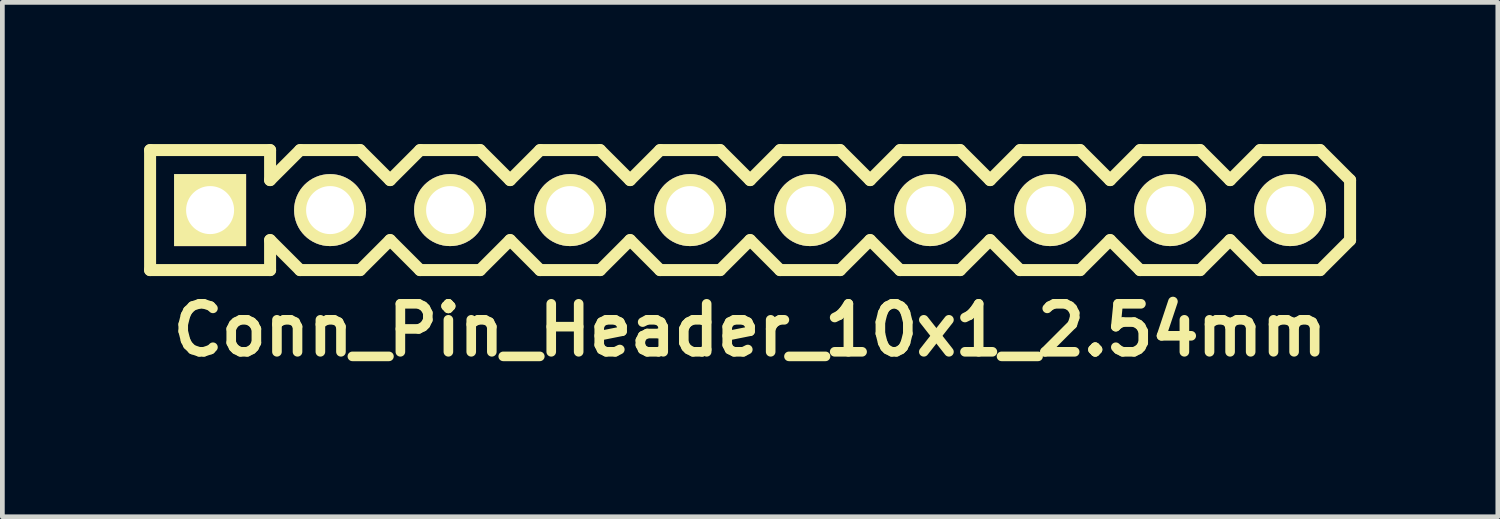
<source format=kicad_pcb>
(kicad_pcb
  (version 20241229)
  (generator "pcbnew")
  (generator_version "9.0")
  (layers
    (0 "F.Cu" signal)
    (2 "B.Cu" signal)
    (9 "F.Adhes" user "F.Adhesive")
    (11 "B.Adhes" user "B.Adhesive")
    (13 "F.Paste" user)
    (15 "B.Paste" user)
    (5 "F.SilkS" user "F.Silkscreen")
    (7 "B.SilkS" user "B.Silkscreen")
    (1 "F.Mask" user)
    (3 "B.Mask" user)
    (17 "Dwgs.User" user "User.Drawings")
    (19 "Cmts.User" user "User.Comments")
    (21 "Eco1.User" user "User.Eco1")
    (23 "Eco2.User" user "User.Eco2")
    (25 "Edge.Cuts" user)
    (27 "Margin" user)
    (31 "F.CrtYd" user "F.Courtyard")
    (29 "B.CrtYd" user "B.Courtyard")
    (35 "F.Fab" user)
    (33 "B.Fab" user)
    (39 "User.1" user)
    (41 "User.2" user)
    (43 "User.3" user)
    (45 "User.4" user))
  (footprint "Conn_Pin_Header_10x1_2.54mm"
    (layer "F.Cu")
    (at 12.827 1.397)
    (property "Reference" "Conn_Pin_Header_10x1_2.54mm" (at 0 2.54 0) (layer "F.SilkS") (effects (font (size 1.016 1.016) (thickness 0.203))))
    (attr through_hole)
    (fp_line (start -12.7 -1.27) (end -10.16 -1.27) (stroke (width 0.254) (type solid)) (layer "F.SilkS"))
    (fp_line (start -12.7 1.27) (end -12.7 -1.27) (stroke (width 0.254) (type solid)) (layer "F.SilkS"))
    (fp_line (start -10.16 -0.635) (end -10.16 -1.27) (stroke (width 0.254) (type solid)) (layer "F.SilkS"))
    (fp_line (start -10.16 -0.635) (end -9.525 -1.27) (stroke (width 0.254) (type solid)) (layer "F.SilkS"))
    (fp_line (start -10.16 1.27) (end -12.7 1.27) (stroke (width 0.254) (type solid)) (layer "F.SilkS"))
    (fp_line (start -10.16 1.27) (end -10.16 0.635) (stroke (width 0.254) (type solid)) (layer "F.SilkS"))
    (fp_line (start -9.525 -1.27) (end -8.255 -1.27) (stroke (width 0.254) (type solid)) (layer "F.SilkS"))
    (fp_line (start -9.525 1.27) (end -10.16 0.635) (stroke (width 0.254) (type solid)) (layer "F.SilkS"))
    (fp_line (start -8.255 -1.27) (end -7.62 -0.635) (stroke (width 0.254) (type solid)) (layer "F.SilkS"))
    (fp_line (start -8.255 1.27) (end -9.525 1.27) (stroke (width 0.254) (type solid)) (layer "F.SilkS"))
    (fp_line (start -7.62 -0.635) (end -6.985 -1.27) (stroke (width 0.254) (type solid)) (layer "F.SilkS"))
    (fp_line (start -7.62 0.635) (end -8.255 1.27) (stroke (width 0.254) (type solid)) (layer "F.SilkS"))
    (fp_line (start -6.985 -1.27) (end -5.715 -1.27) (stroke (width 0.254) (type solid)) (layer "F.SilkS"))
    (fp_line (start -6.985 1.27) (end -7.62 0.635) (stroke (width 0.254) (type solid)) (layer "F.SilkS"))
    (fp_line (start -5.715 -1.27) (end -5.08 -0.635) (stroke (width 0.254) (type solid)) (layer "F.SilkS"))
    (fp_line (start -5.715 1.27) (end -6.985 1.27) (stroke (width 0.254) (type solid)) (layer "F.SilkS"))
    (fp_line (start -5.08 -0.635) (end -4.445 -1.27) (stroke (width 0.254) (type solid)) (layer "F.SilkS"))
    (fp_line (start -5.08 0.635) (end -5.715 1.27) (stroke (width 0.254) (type solid)) (layer "F.SilkS"))
    (fp_line (start -4.445 -1.27) (end -3.175 -1.27) (stroke (width 0.254) (type solid)) (layer "F.SilkS"))
    (fp_line (start -4.445 1.27) (end -5.08 0.635) (stroke (width 0.254) (type solid)) (layer "F.SilkS"))
    (fp_line (start -3.175 -1.27) (end -2.54 -0.635) (stroke (width 0.254) (type solid)) (layer "F.SilkS"))
    (fp_line (start -3.175 1.27) (end -4.445 1.27) (stroke (width 0.254) (type solid)) (layer "F.SilkS"))
    (fp_line (start -2.54 -0.635) (end -1.905 -1.27) (stroke (width 0.254) (type solid)) (layer "F.SilkS"))
    (fp_line (start -2.54 0.635) (end -3.175 1.27) (stroke (width 0.254) (type solid)) (layer "F.SilkS"))
    (fp_line (start -1.905 -1.27) (end -0.635 -1.27) (stroke (width 0.254) (type solid)) (layer "F.SilkS"))
    (fp_line (start -1.905 1.27) (end -2.54 0.635) (stroke (width 0.254) (type solid)) (layer "F.SilkS"))
    (fp_line (start -0.635 -1.27) (end 0 -0.635) (stroke (width 0.254) (type solid)) (layer "F.SilkS"))
    (fp_line (start -0.635 1.27) (end -1.905 1.27) (stroke (width 0.254) (type solid)) (layer "F.SilkS"))
    (fp_line (start 0 -0.635) (end 0.635 -1.27) (stroke (width 0.254) (type solid)) (layer "F.SilkS"))
    (fp_line (start 0 0.635) (end -0.635 1.27) (stroke (width 0.254) (type solid)) (layer "F.SilkS"))
    (fp_line (start 0 0.635) (end 0.635 1.27) (stroke (width 0.254) (type solid)) (layer "F.SilkS"))
    (fp_line (start 0.635 -1.27) (end 1.905 -1.27) (stroke (width 0.254) (type solid)) (layer "F.SilkS"))
    (fp_line (start 0.635 1.27) (end 1.905 1.27) (stroke (width 0.254) (type solid)) (layer "F.SilkS"))
    (fp_line (start 1.905 -1.27) (end 2.54 -0.635) (stroke (width 0.254) (type solid)) (layer "F.SilkS"))
    (fp_line (start 1.905 1.27) (end 2.54 0.635) (stroke (width 0.254) (type solid)) (layer "F.SilkS"))
    (fp_line (start 2.54 -0.635) (end 3.175 -1.27) (stroke (width 0.254) (type solid)) (layer "F.SilkS"))
    (fp_line (start 3.175 -1.27) (end 4.445 -1.27) (stroke (width 0.254) (type solid)) (layer "F.SilkS"))
    (fp_line (start 3.175 1.27) (end 2.54 0.635) (stroke (width 0.254) (type solid)) (layer "F.SilkS"))
    (fp_line (start 4.445 -1.27) (end 5.08 -0.635) (stroke (width 0.254) (type solid)) (layer "F.SilkS"))
    (fp_line (start 4.445 1.27) (end 3.175 1.27) (stroke (width 0.254) (type solid)) (layer "F.SilkS"))
    (fp_line (start 5.08 -0.635) (end 5.715 -1.27) (stroke (width 0.254) (type solid)) (layer "F.SilkS"))
    (fp_line (start 5.08 0.635) (end 4.445 1.27) (stroke (width 0.254) (type solid)) (layer "F.SilkS"))
    (fp_line (start 5.08 0.635) (end 5.715 1.27) (stroke (width 0.254) (type solid)) (layer "F.SilkS"))
    (fp_line (start 5.715 -1.27) (end 6.985 -1.27) (stroke (width 0.254) (type solid)) (layer "F.SilkS"))
    (fp_line (start 5.715 1.27) (end 6.985 1.27) (stroke (width 0.254) (type solid)) (layer "F.SilkS"))
    (fp_line (start 6.985 -1.27) (end 7.62 -0.635) (stroke (width 0.254) (type solid)) (layer "F.SilkS"))
    (fp_line (start 6.985 1.27) (end 7.62 0.635) (stroke (width 0.254) (type solid)) (layer "F.SilkS"))
    (fp_line (start 7.62 -0.635) (end 8.255 -1.27) (stroke (width 0.254) (type solid)) (layer "F.SilkS"))
    (fp_line (start 8.255 -1.27) (end 9.525 -1.27) (stroke (width 0.254) (type solid)) (layer "F.SilkS"))
    (fp_line (start 8.255 1.27) (end 7.62 0.635) (stroke (width 0.254) (type solid)) (layer "F.SilkS"))
    (fp_line (start 9.525 -1.27) (end 10.16 -0.635) (stroke (width 0.254) (type solid)) (layer "F.SilkS"))
    (fp_line (start 9.525 1.27) (end 8.255 1.27) (stroke (width 0.254) (type solid)) (layer "F.SilkS"))
    (fp_line (start 10.16 -0.635) (end 10.795 -1.27) (stroke (width 0.254) (type solid)) (layer "F.SilkS"))
    (fp_line (start 10.16 0.635) (end 9.525 1.27) (stroke (width 0.254) (type solid)) (layer "F.SilkS"))
    (fp_line (start 10.16 0.635) (end 10.795 1.27) (stroke (width 0.254) (type solid)) (layer "F.SilkS"))
    (fp_line (start 10.795 -1.27) (end 12.065 -1.27) (stroke (width 0.254) (type solid)) (layer "F.SilkS"))
    (fp_line (start 10.795 1.27) (end 12.065 1.27) (stroke (width 0.254) (type solid)) (layer "F.SilkS"))
    (fp_line (start 12.065 -1.27) (end 12.7 -0.635) (stroke (width 0.254) (type solid)) (layer "F.SilkS"))
    (fp_line (start 12.065 1.27) (end 12.7 0.635) (stroke (width 0.254) (type solid)) (layer "F.SilkS"))
    (fp_line (start 12.7 -0.635) (end 12.7 0.635) (stroke (width 0.254) (type solid)) (layer "F.SilkS"))
    (pad "1" thru_hole rect (at -11.43 0) (size 1.524 1.524) (drill 1.016) (layers "*.Cu" "*.Mask" "F.SilkS"))
    (pad "2" thru_hole circle (at -8.89 0) (size 1.524 1.524) (drill 1.016) (layers "*.Cu" "*.Mask" "F.SilkS"))
    (pad "3" thru_hole circle (at -6.35 0) (size 1.524 1.524) (drill 1.016) (layers "*.Cu" "*.Mask" "F.SilkS"))
    (pad "4" thru_hole circle (at -3.81 0) (size 1.524 1.524) (drill 1.016) (layers "*.Cu" "*.Mask" "F.SilkS"))
    (pad "5" thru_hole circle (at -1.27 0) (size 1.524 1.524) (drill 1.016) (layers "*.Cu" "*.Mask" "F.SilkS"))
    (pad "6" thru_hole circle (at 1.27 0) (size 1.524 1.524) (drill 1.016) (layers "*.Cu" "*.Mask" "F.SilkS"))
    (pad "7" thru_hole circle (at 3.81 0) (size 1.524 1.524) (drill 1.016) (layers "*.Cu" "*.Mask" "F.SilkS"))
    (pad "8" thru_hole circle (at 6.35 0) (size 1.524 1.524) (drill 1.016) (layers "*.Cu" "*.Mask" "F.SilkS"))
    (pad "9" thru_hole circle (at 8.89 0) (size 1.524 1.524) (drill 1.016) (layers "*.Cu" "*.Mask" "F.SilkS"))
    (pad "10" thru_hole circle (at 11.43 0) (size 1.524 1.524) (drill 1.016) (layers "*.Cu" "*.Mask" "F.SilkS")))
  (gr_rect
    (start -3 -3)
    (end 28.654 7.888)
    (stroke (width 0.1) (type default))
    (fill no)
    (layer "Edge.Cuts")))
</source>
